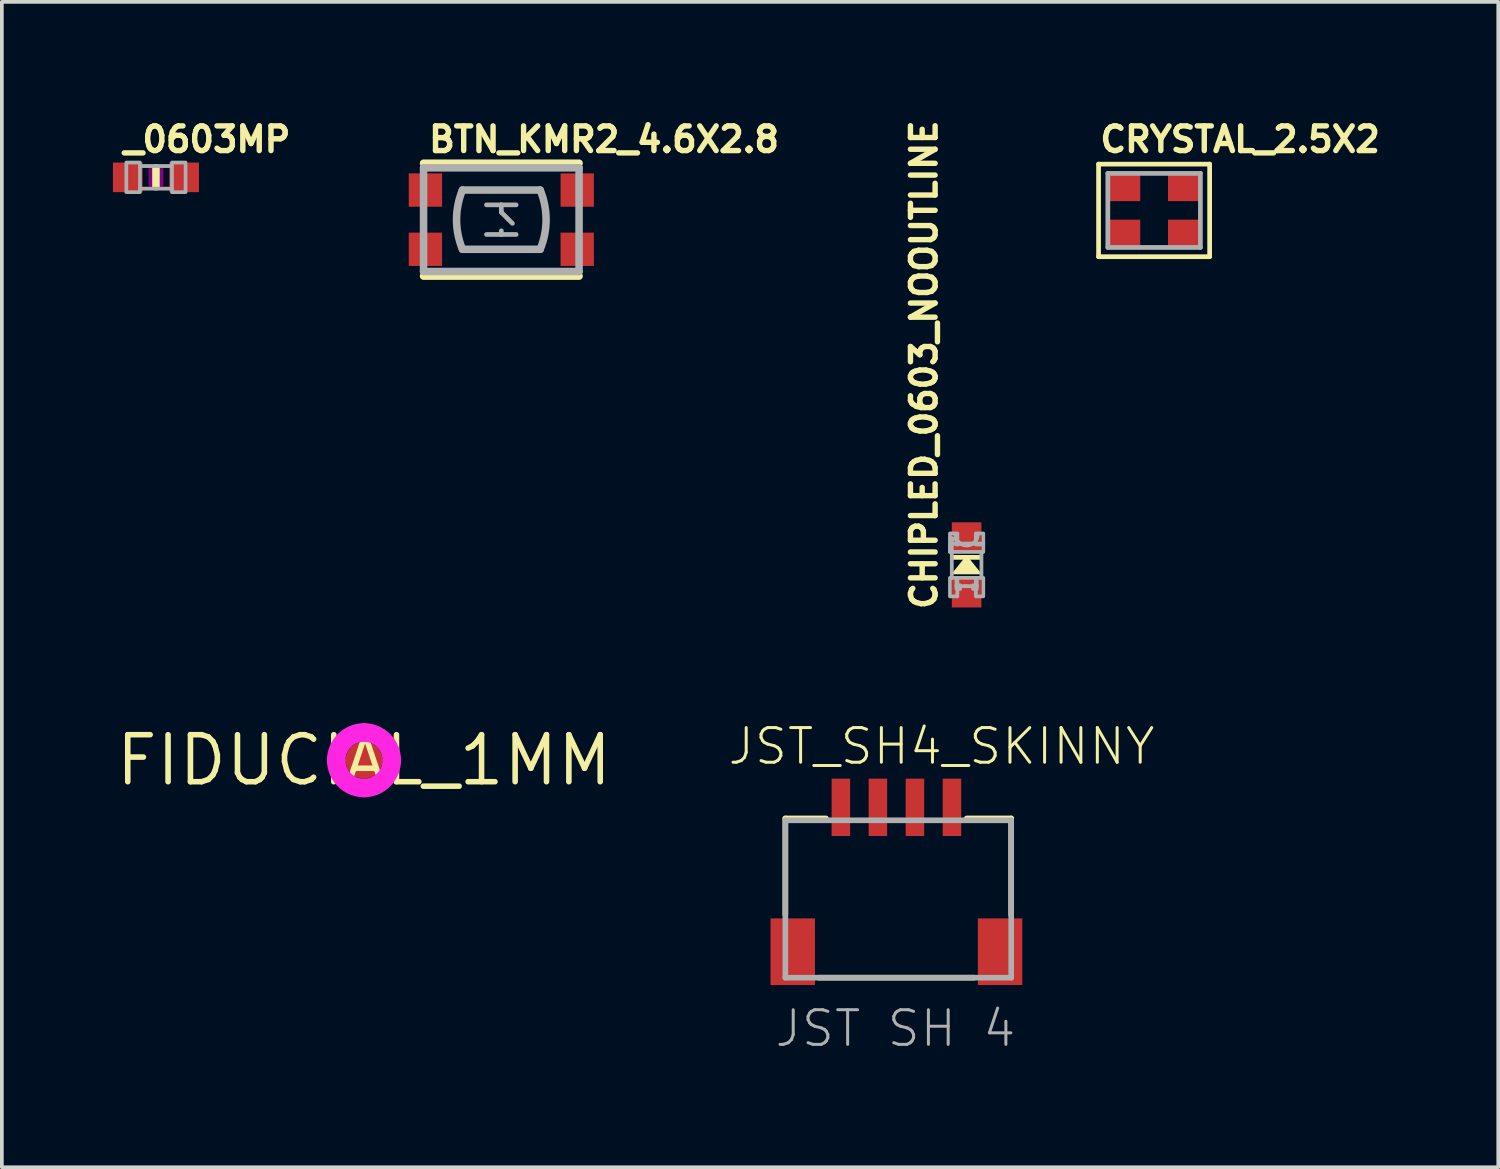
<source format=kicad_pcb>
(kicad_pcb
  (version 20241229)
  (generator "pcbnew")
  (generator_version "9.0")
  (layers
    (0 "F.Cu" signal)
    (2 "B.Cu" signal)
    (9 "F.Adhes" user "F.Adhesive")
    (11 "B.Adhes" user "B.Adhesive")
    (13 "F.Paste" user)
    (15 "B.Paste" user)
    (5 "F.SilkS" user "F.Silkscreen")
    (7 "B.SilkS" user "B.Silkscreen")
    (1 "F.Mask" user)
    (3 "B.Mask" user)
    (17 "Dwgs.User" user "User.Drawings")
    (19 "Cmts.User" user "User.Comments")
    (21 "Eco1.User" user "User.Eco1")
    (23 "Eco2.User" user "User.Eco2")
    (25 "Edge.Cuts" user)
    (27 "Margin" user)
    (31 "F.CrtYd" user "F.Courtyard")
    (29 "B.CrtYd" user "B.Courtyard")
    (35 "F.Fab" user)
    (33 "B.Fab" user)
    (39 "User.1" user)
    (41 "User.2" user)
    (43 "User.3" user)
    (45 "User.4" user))
  (footprint "CHIPLED_0603_NOOUTLINE"
    (layer "F.Cu")
    (at 23.057 12.207)
    (property "Reference" "CHIPLED_0603_NOOUTLINE" (at -0.762 1.27 90) (layer "F.SilkS") (effects (font (size 0.666 0.666) (thickness 0.146)) (justify left bottom)))
    (fp_poly (pts (xy 0.413 0.254) (xy -0.413 0.254) (xy 0 -0.262)) (stroke (width 0) (type solid)) (fill yes) (layer "F.SilkS"))
    (fp_poly (pts (xy -0.381 -0.14) (xy 0.381 -0.14) (xy 0.381 -0.267) (xy -0.381 -0.267)) (stroke (width 0) (type solid)) (fill yes) (layer "F.SilkS"))
    (fp_line (start -0.4 -0.375) (end -0.4 0.35) (stroke (width 0.102) (type solid)) (layer "F.Fab"))
    (fp_line (start 0.4 -0.35) (end 0.4 0.35) (stroke (width 0.102) (type solid)) (layer "F.Fab"))
    (fp_arc (start -0.275 0.825) (mid 0 0.55) (end 0.275 0.825) (stroke (width 0.0508) (type solid)) (layer "F.Fab"))
    (fp_arc (start 0.3 -0.799998) (mid -0.000001 -0.524966) (end -0.3 -0.8) (stroke (width 0.1016) (type solid)) (layer "F.Fab"))
    (fp_circle (center -0.35 -0.625) (end -0.275 -0.625) (stroke (width 0.051) (type solid)) (fill no) (layer "F.Fab"))
    (fp_poly (pts (xy -0.45 -0.7) (xy -0.25 -0.7) (xy -0.25 -0.85) (xy -0.45 -0.85)) (stroke (width 0.1) (type solid)) (fill no) (layer "F.Fab"))
    (fp_poly (pts (xy -0.45 -0.35) (xy -0.4 -0.35) (xy -0.4 -0.725) (xy -0.45 -0.725)) (stroke (width 0.1) (type solid)) (fill no) (layer "F.Fab"))
    (fp_poly (pts (xy -0.45 -0.35) (xy 0.45 -0.35) (xy 0.45 -0.575) (xy -0.45 -0.575)) (stroke (width 0.1) (type solid)) (fill no) (layer "F.Fab"))
    (fp_poly (pts (xy -0.45 0.85) (xy -0.25 0.85) (xy -0.25 0.35) (xy -0.45 0.35)) (stroke (width 0.1) (type solid)) (fill no) (layer "F.Fab"))
    (fp_poly (pts (xy -0.275 -0.55) (xy -0.225 -0.55) (xy -0.225 -0.6) (xy -0.275 -0.6)) (stroke (width 0.1) (type solid)) (fill no) (layer "F.Fab"))
    (fp_poly (pts (xy -0.275 0.575) (xy 0.275 0.575) (xy 0.275 0.35) (xy -0.275 0.35)) (stroke (width 0.1) (type solid)) (fill no) (layer "F.Fab"))
    (fp_poly (pts (xy -0.275 0.65) (xy -0.175 0.65) (xy -0.175 0.55) (xy -0.275 0.55)) (stroke (width 0.1) (type solid)) (fill no) (layer "F.Fab"))
    (fp_poly (pts (xy 0.175 0.65) (xy 0.275 0.65) (xy 0.275 0.55) (xy 0.175 0.55)) (stroke (width 0.1) (type solid)) (fill no) (layer "F.Fab"))
    (fp_poly (pts (xy 0.25 -0.55) (xy 0.45 -0.55) (xy 0.45 -0.85) (xy 0.25 -0.85)) (stroke (width 0.1) (type solid)) (fill no) (layer "F.Fab"))
    (fp_poly (pts (xy 0.25 0.85) (xy 0.45 0.85) (xy 0.45 0.35) (xy 0.25 0.35)) (stroke (width 0.1) (type solid)) (fill no) (layer "F.Fab"))
    (pad "A" smd rect (at 0 0.75) (size 0.8 0.8) (layers "F.Cu" "F.Mask" "F.Paste"))
    (pad "C" smd rect (at 0 -0.75) (size 0.8 0.8) (layers "F.Cu" "F.Mask" "F.Paste")))
  (footprint "BTN_KMR2_4.6X2.8"
    (layer "F.Cu")
    (at 10.49 2.883)
    (property "Reference" "BTN_KMR2_4.6X2.8" (at -2.032 -1.778 0) (layer "F.SilkS") (effects (font (size 0.666 0.666) (thickness 0.146)) (justify left bottom)))
    (fp_line (start -2.1 -1.525) (end 2.1 -1.525) (stroke (width 0.203) (type solid)) (layer "F.SilkS"))
    (fp_line (start 2.1 1.525) (end -2.1 1.525) (stroke (width 0.203) (type solid)) (layer "F.SilkS"))
    (fp_line (start -2.1 -1.4) (end 2.1 -1.4) (stroke (width 0.203) (type solid)) (layer "F.Fab"))
    (fp_line (start -2.1 1.4) (end -2.1 -1.4) (stroke (width 0.203) (type solid)) (layer "F.Fab"))
    (fp_line (start -1.05 -0.8) (end 1.05 -0.8) (stroke (width 0.203) (type solid)) (layer "F.Fab"))
    (fp_line (start -0.4 -0.4) (end 0 -0.4) (stroke (width 0.127) (type solid)) (layer "F.Fab"))
    (fp_line (start -0.4 0.4) (end 0 0.4) (stroke (width 0.127) (type solid)) (layer "F.Fab"))
    (fp_line (start 0 -0.4) (end 0 -0.2) (stroke (width 0.127) (type solid)) (layer "F.Fab"))
    (fp_line (start 0 -0.4) (end 0.4 -0.4) (stroke (width 0.127) (type solid)) (layer "F.Fab"))
    (fp_line (start 0 -0.2) (end 0.3 0.1) (stroke (width 0.127) (type solid)) (layer "F.Fab"))
    (fp_line (start 0 0.4) (end 0 0.3) (stroke (width 0.127) (type solid)) (layer "F.Fab"))
    (fp_line (start 0 0.4) (end 0.4 0.4) (stroke (width 0.127) (type solid)) (layer "F.Fab"))
    (fp_line (start 1.05 0.8) (end -1.05 0.8) (stroke (width 0.203) (type solid)) (layer "F.Fab"))
    (fp_line (start 2.1 -1.4) (end 2.1 1.4) (stroke (width 0.203) (type solid)) (layer "F.Fab"))
    (fp_line (start 2.1 1.4) (end -2.1 1.4) (stroke (width 0.203) (type solid)) (layer "F.Fab"))
    (fp_arc (start -1.05 0.8) (mid -1.209128 0) (end -1.05 -0.799999) (stroke (width 0.2032) (type solid)) (layer "F.Fab"))
    (fp_arc (start 1.05 -0.8) (mid 1.209128 0) (end 1.05 0.799999) (stroke (width 0.2032) (type solid)) (layer "F.Fab"))
    (pad "A" smd rect (at 2.05 -0.8) (size 0.9 0.9) (layers "F.Cu" "F.Mask" "F.Paste"))
    (pad "A'" smd rect (at -2.05 -0.8) (size 0.9 0.9) (layers "F.Cu" "F.Mask" "F.Paste"))
    (pad "B" smd rect (at 2.05 0.8) (size 0.9 0.9) (layers "F.Cu" "F.Mask" "F.Paste"))
    (pad "B'" smd rect (at -2.05 0.8) (size 0.9 0.9) (layers "F.Cu" "F.Mask" "F.Paste")))
  (footprint "JST_SH4_SKINNY"
    (layer "F.Cu")
    (at 21.161 21.269)
    (property "Reference" "JST_SH4_SKINNY" (at -4.6 -3.614 0) (layer "F.SilkS") (effects (font (size 0.935 0.935) (thickness 0.081)) (justify left bottom)))
    (fp_line (start -3 -2.214) (end -1.9 -2.214) (stroke (width 0.152) (type solid)) (layer "F.SilkS"))
    (fp_line (start -3 0.386) (end -3 -2.214) (stroke (width 0.152) (type solid)) (layer "F.SilkS"))
    (fp_line (start -2.1 2.086) (end 2.1 2.086) (stroke (width 0.152) (type solid)) (layer "F.SilkS"))
    (fp_line (start 1.9 -2.214) (end 3.1 -2.214) (stroke (width 0.152) (type solid)) (layer "F.SilkS"))
    (fp_line (start 3.1 -2.214) (end 3.1 0.386) (stroke (width 0.152) (type solid)) (layer "F.SilkS"))
    (fp_line (start -3 -2.164) (end 3.1 -2.164) (stroke (width 0.152) (type solid)) (layer "F.Fab"))
    (fp_line (start -3 2.086) (end -3 -2.164) (stroke (width 0.152) (type solid)) (layer "F.Fab"))
    (fp_line (start 3.1 -2.164) (end 3.1 2.086) (stroke (width 0.152) (type solid)) (layer "F.Fab"))
    (fp_line (start 3.1 2.086) (end -3 2.086) (stroke (width 0.152) (type solid)) (layer "F.Fab"))
    (fp_text user "JST SH 4" (at -3.33 4.006 0) (layer "F.Fab") (effects (font (size 0.935 0.935) (thickness 0.081)) (justify left bottom)))
    (pad "1" smd rect (at -1.5 -2.514 90) (size 1.55 0.5) (layers "F.Cu" "F.Mask" "F.Paste"))
    (pad "2" smd rect (at -0.5 -2.514 90) (size 1.55 0.5) (layers "F.Cu" "F.Mask" "F.Paste"))
    (pad "3" smd rect (at 0.5 -2.514 90) (size 1.55 0.5) (layers "F.Cu" "F.Mask" "F.Paste"))
    (pad "4" smd rect (at 1.5 -2.514 90) (size 1.55 0.5) (layers "F.Cu" "F.Mask" "F.Paste"))
    (pad "MT1" smd rect (at -2.8 1.386 90) (size 1.8 1.2) (layers "F.Cu" "F.Mask" "F.Paste"))
    (pad "MT2" smd rect (at 2.8 1.386 90) (size 1.8 1.2) (layers "F.Cu" "F.Mask" "F.Paste")))
  (footprint "FIDUCIAL_1MM"
    (layer "F.Cu")
    (at 6.781 17.483)
    (property "Reference" "FIDUCIAL_1MM" (at 0 0 0) (layer "F.SilkS") (effects (font (size 1.27 1.27) (thickness 0.15))))
    (fp_arc (start -0.75 0) (mid -0.53033 -0.53033) (end 0 -0.75) (stroke (width 0.4699) (type solid)) (layer "F.Mask"))
    (fp_arc (start 0 -0.75) (mid 0.53033 -0.53033) (end 0.75 0) (stroke (width 0.4699) (type solid)) (layer "F.Mask"))
    (fp_arc (start 0 0.75) (mid -0.53033 0.53033) (end -0.75 0) (stroke (width 0.4699) (type solid)) (layer "F.Mask"))
    (fp_arc (start 0.75 0) (mid 0.53033 0.53033) (end 0 0.75) (stroke (width 0.4699) (type solid)) (layer "F.Mask"))
    (fp_arc (start -0.75 0) (mid -0.53033 -0.53033) (end 0 -0.75) (stroke (width 0.5) (type solid)) (layer "F.CrtYd"))
    (fp_arc (start 0 -0.75) (mid 0.53033 -0.53033) (end 0.75 0) (stroke (width 0.5) (type solid)) (layer "F.CrtYd"))
    (fp_arc (start 0 0.75) (mid -0.53033 0.53033) (end -0.75 0) (stroke (width 0.5) (type solid)) (layer "F.CrtYd"))
    (fp_arc (start 0.75 0) (mid 0.53033 0.53033) (end 0 0.75) (stroke (width 0.5) (type solid)) (layer "F.CrtYd"))
    (pad "1" smd roundrect (at 0 0) (size 1 1) (layers "F.Cu" "F.Mask") (roundrect_rratio 0.5)))
  (footprint "_0603MP"
    (layer "F.Cu")
    (at 1.162 1.74)
    (property "Reference" "_0603MP" (at -0.953 -0.635 0) (layer "F.SilkS") (effects (font (size 0.666 0.666) (thickness 0.146)) (justify left bottom)))
    (fp_line (start 0 -0.254) (end 0 0.254) (stroke (width 0.203) (type solid)) (layer "F.SilkS"))
    (fp_poly (pts (xy -0.2 0.25) (xy 0.2 0.25) (xy 0.2 -0.25) (xy -0.2 -0.25)) (stroke (width 0) (type solid)) (fill yes) (layer "F.Adhes"))
    (fp_line (start -0.432 0.306) (end 0.432 0.306) (stroke (width 0.102) (type solid)) (layer "F.Fab"))
    (fp_line (start 0.432 -0.306) (end -0.432 -0.306) (stroke (width 0.102) (type solid)) (layer "F.Fab"))
    (fp_poly (pts (xy -0.8 0.4) (xy -0.432 0.4) (xy -0.432 -0.4) (xy -0.8 -0.4)) (stroke (width 0.1) (type solid)) (fill no) (layer "F.Fab"))
    (fp_poly (pts (xy 0.432 0.4) (xy 0.8 0.4) (xy 0.8 -0.4) (xy 0.432 -0.4)) (stroke (width 0.1) (type solid)) (fill no) (layer "F.Fab"))
    (pad "1" smd rect (at -0.762 0) (size 0.8 0.8) (layers "F.Cu" "F.Mask" "F.Paste"))
    (pad "2" smd rect (at 0.762 0) (size 0.8 0.8) (layers "F.Cu" "F.Mask" "F.Paste")))
  (footprint "CRYSTAL_2.5X2"
    (layer "F.Cu")
    (at 28.121 2.633)
    (property "Reference" "CRYSTAL_2.5X2" (at -1.532 -1.528 0) (layer "F.SilkS") (effects (font (size 0.666 0.666) (thickness 0.146)) (justify left bottom)))
    (fp_line (start -1.5 -1.25) (end 1.5 -1.25) (stroke (width 0.127) (type solid)) (layer "F.SilkS"))
    (fp_line (start -1.5 1.25) (end -1.5 -1.25) (stroke (width 0.127) (type solid)) (layer "F.SilkS"))
    (fp_line (start 1.5 -1.25) (end 1.5 1.25) (stroke (width 0.127) (type solid)) (layer "F.SilkS"))
    (fp_line (start 1.5 1.25) (end -1.5 1.25) (stroke (width 0.127) (type solid)) (layer "F.SilkS"))
    (fp_line (start -1.25 -1) (end 1.25 -1) (stroke (width 0.127) (type solid)) (layer "F.Fab"))
    (fp_line (start -1.25 1) (end -1.25 -1) (stroke (width 0.127) (type solid)) (layer "F.Fab"))
    (fp_line (start 1.25 -1) (end 1.25 1) (stroke (width 0.127) (type solid)) (layer "F.Fab"))
    (fp_line (start 1.25 1) (end -1.25 1) (stroke (width 0.127) (type solid)) (layer "F.Fab"))
    (pad "1" smd rect (at -0.825 0.625) (size 0.9 0.75) (layers "F.Cu" "F.Mask" "F.Paste"))
    (pad "2" smd rect (at 0.825 0.625) (size 0.9 0.75) (layers "F.Cu" "F.Mask" "F.Paste"))
    (pad "3" smd rect (at 0.825 -0.625) (size 0.9 0.75) (layers "F.Cu" "F.Mask" "F.Paste"))
    (pad "4" smd rect (at -0.825 -0.625) (size 0.9 0.75) (layers "F.Cu" "F.Mask" "F.Paste")))
  (gr_rect
    (start -3 -3)
    (end 37.416 28.476)
    (stroke (width 0.1) (type default))
    (fill no)
    (layer "Edge.Cuts")))
</source>
